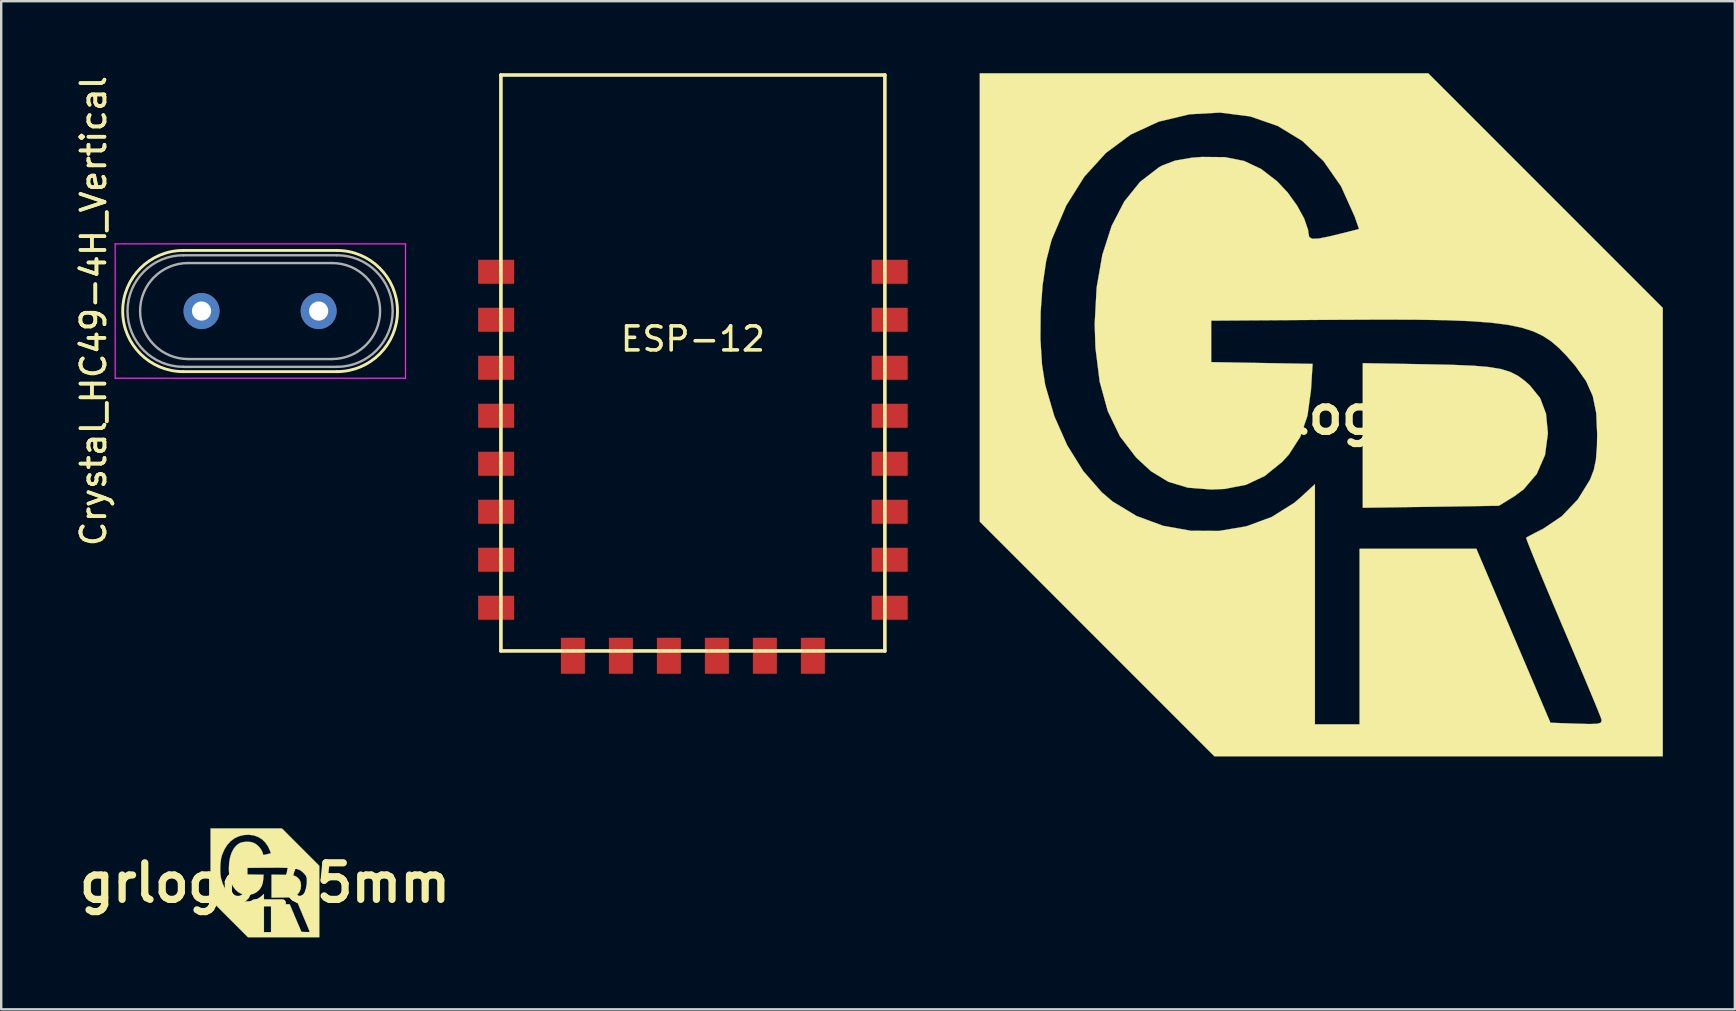
<source format=kicad_pcb>
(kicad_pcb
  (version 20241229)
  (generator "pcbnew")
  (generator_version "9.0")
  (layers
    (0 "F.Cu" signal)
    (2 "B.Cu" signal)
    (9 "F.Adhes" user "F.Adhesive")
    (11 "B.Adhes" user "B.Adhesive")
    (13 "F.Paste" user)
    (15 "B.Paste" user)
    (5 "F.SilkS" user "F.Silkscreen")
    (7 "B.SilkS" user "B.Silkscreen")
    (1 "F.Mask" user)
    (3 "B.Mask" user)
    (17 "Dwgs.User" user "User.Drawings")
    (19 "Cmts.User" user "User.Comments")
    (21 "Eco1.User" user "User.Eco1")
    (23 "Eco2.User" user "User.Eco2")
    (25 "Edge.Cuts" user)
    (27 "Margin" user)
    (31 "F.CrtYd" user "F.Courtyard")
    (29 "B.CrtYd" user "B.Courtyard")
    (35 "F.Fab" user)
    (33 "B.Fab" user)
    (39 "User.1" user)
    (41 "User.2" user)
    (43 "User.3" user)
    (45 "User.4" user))
  (footprint "grlogo_05mm"
    (layer "F.Cu")
    (at 7.99 33.738)
    (property "Reference" "grlogo_05mm" (at 0 0 0) (layer "F.SilkS") (effects (font (size 1.524 1.524) (thickness 0.3))))
    (attr through_hole)
    (fp_poly (pts (xy 0.714 -0.335) (xy 0.882 -0.331) (xy 1.014 -0.325) (xy 1.116 -0.316) (xy 1.194 -0.303) (xy 1.256 -0.283) (xy 1.307 -0.257) (xy 1.353 -0.222) (xy 1.384 -0.195) (xy 1.452 -0.11) (xy 1.491 -0.007) (xy 1.503 0.122) (xy 1.503 0.124) (xy 1.484 0.267) (xy 1.429 0.392) (xy 1.341 0.495) (xy 1.281 0.539) (xy 1.178 0.603) (xy 0.727 0.61) (xy 0.275 0.617) (xy 0.275 -0.342) (xy 0.714 -0.335)) (stroke (width 0.01) (type solid)) (fill yes) (layer "F.SilkS"))
    (fp_poly (pts (xy 2.265 -0.709) (xy 2.265 2.265) (xy -0.709 2.265) (xy -1.487 1.487) (xy -2.265 0.709) (xy -2.265 -0.503) (xy -1.863 -0.503) (xy -1.853 -0.335) (xy -1.831 -0.198) (xy -1.771 0.01) (xy -1.685 0.203) (xy -1.579 0.373) (xy -1.456 0.514) (xy -1.385 0.575) (xy -1.225 0.671) (xy -1.049 0.736) (xy -0.865 0.769) (xy -0.678 0.77) (xy -0.497 0.74) (xy -0.329 0.678) (xy -0.18 0.584) (xy -0.139 0.55) (xy -0.042 0.46) (xy -0.042 2.053) (xy 0.254 2.053) (xy 0.254 0.889) (xy 1.029 0.889) (xy 1.52 2.043) (xy 1.694 2.049) (xy 1.779 2.051) (xy 1.83 2.049) (xy 1.854 2.042) (xy 1.859 2.028) (xy 1.857 2.017) (xy 1.846 1.988) (xy 1.821 1.926) (xy 1.783 1.835) (xy 1.736 1.721) (xy 1.68 1.589) (xy 1.618 1.444) (xy 1.599 1.4) (xy 1.537 1.254) (xy 1.481 1.121) (xy 1.434 1.006) (xy 1.396 0.914) (xy 1.371 0.85) (xy 1.359 0.818) (xy 1.359 0.815) (xy 1.38 0.803) (xy 1.427 0.779) (xy 1.472 0.756) (xy 1.595 0.673) (xy 1.702 0.561) (xy 1.782 0.43) (xy 1.784 0.427) (xy 1.807 0.365) (xy 1.822 0.298) (xy 1.828 0.211) (xy 1.83 0.127) (xy 1.824 -0.011) (xy 1.801 -0.124) (xy 1.756 -0.224) (xy 1.684 -0.325) (xy 1.627 -0.391) (xy 1.577 -0.442) (xy 1.526 -0.486) (xy 1.47 -0.523) (xy 1.405 -0.554) (xy 1.329 -0.578) (xy 1.237 -0.597) (xy 1.125 -0.611) (xy 0.99 -0.621) (xy 0.828 -0.627) (xy 0.635 -0.631) (xy 0.408 -0.631) (xy 0.143 -0.63) (xy 0.106 -0.63) (xy -0.73 -0.624) (xy -0.73 -0.349) (xy -0.058 -0.338) (xy -0.068 -0.163) (xy -0.092 0.006) (xy -0.14 0.146) (xy -0.215 0.264) (xy -0.261 0.313) (xy -0.375 0.406) (xy -0.499 0.464) (xy -0.641 0.492) (xy -0.73 0.495) (xy -0.885 0.483) (xy -1.014 0.445) (xy -1.129 0.374) (xy -1.228 0.284) (xy -1.335 0.143) (xy -1.416 -0.024) (xy -1.47 -0.219) (xy -1.498 -0.445) (xy -1.503 -0.603) (xy -1.49 -0.844) (xy -1.452 -1.061) (xy -1.391 -1.252) (xy -1.307 -1.415) (xy -1.201 -1.546) (xy -1.076 -1.642) (xy -1.052 -1.655) (xy -0.968 -1.686) (xy -0.859 -1.705) (xy -0.791 -1.71) (xy -0.638 -1.709) (xy -0.512 -1.683) (xy -0.399 -1.63) (xy -0.294 -1.549) (xy -0.224 -1.475) (xy -0.161 -1.389) (xy -0.114 -1.302) (xy -0.088 -1.226) (xy -0.085 -1.201) (xy -0.079 -1.178) (xy -0.059 -1.167) (xy -0.016 -1.169) (xy 0.056 -1.184) (xy 0.116 -1.198) (xy 0.251 -1.232) (xy 0.221 -1.316) (xy 0.131 -1.515) (xy 0.015 -1.683) (xy -0.126 -1.817) (xy -0.289 -1.916) (xy -0.471 -1.979) (xy -0.672 -2.004) (xy -0.874 -1.993) (xy -1.079 -1.944) (xy -1.264 -1.859) (xy -1.429 -1.737) (xy -1.571 -1.58) (xy -1.691 -1.389) (xy -1.787 -1.165) (xy -1.791 -1.154) (xy -1.825 -1.02) (xy -1.849 -0.859) (xy -1.861 -0.682) (xy -1.863 -0.503) (xy -2.265 -0.503) (xy -2.265 -2.265) (xy 0.709 -2.265) (xy 2.265 -0.709)) (stroke (width 0.01) (type solid)) (fill yes) (layer "F.SilkS")))
  (footprint "grlogo"
    (layer "F.Cu")
    (at 52.008 14.234)
    (property "Reference" "grlogo" (at 0 0 0) (layer "F.SilkS") (effects (font (size 1.524 1.524) (thickness 0.3))))
    (attr through_hole)
    (fp_poly (pts (xy 4.488 -2.102) (xy 5.541 -2.078) (xy 6.368 -2.042) (xy 7.008 -1.986) (xy 7.502 -1.902) (xy 7.89 -1.78) (xy 8.21 -1.614) (xy 8.504 -1.394) (xy 8.694 -1.223) (xy 9.122 -0.69) (xy 9.364 -0.045) (xy 9.442 0.767) (xy 9.442 0.778) (xy 9.323 1.675) (xy 8.978 2.465) (xy 8.427 3.112) (xy 8.051 3.389) (xy 7.402 3.79) (xy 1.729 3.875) (xy 1.729 -2.151) (xy 4.488 -2.102)) (stroke (width 0.01) (type solid)) (fill yes) (layer "F.SilkS"))
    (fp_poly (pts (xy 9.343 -9.341) (xy 14.229 -4.454) (xy 14.229 14.229) (xy -4.456 14.229) (xy -9.343 9.341) (xy -14.229 4.454) (xy -14.229 -3.16) (xy -11.705 -3.16) (xy -11.639 -2.103) (xy -11.505 -1.242) (xy -11.124 0.063) (xy -10.586 1.274) (xy -9.919 2.345) (xy -9.149 3.228) (xy -8.701 3.61) (xy -7.696 4.219) (xy -6.591 4.626) (xy -5.432 4.833) (xy -4.261 4.84) (xy -3.124 4.648) (xy -2.065 4.258) (xy -1.128 3.67) (xy -0.874 3.453) (xy -0.266 2.892) (xy -0.266 12.899) (xy 1.596 12.899) (xy 1.596 5.585) (xy 6.463 5.585) (xy 9.549 12.833) (xy 10.643 12.872) (xy 11.179 12.886) (xy 11.499 12.875) (xy 11.65 12.83) (xy 11.683 12.741) (xy 11.668 12.672) (xy 11.6 12.493) (xy 11.441 12.102) (xy 11.204 11.532) (xy 10.904 10.815) (xy 10.553 9.985) (xy 10.166 9.073) (xy 10.048 8.796) (xy 9.659 7.879) (xy 9.308 7.044) (xy 9.008 6.323) (xy 8.772 5.744) (xy 8.611 5.339) (xy 8.539 5.138) (xy 8.537 5.121) (xy 8.668 5.047) (xy 8.965 4.892) (xy 9.251 4.747) (xy 10.02 4.229) (xy 10.693 3.523) (xy 11.198 2.704) (xy 11.208 2.682) (xy 11.356 2.295) (xy 11.444 1.871) (xy 11.487 1.325) (xy 11.496 0.798) (xy 11.457 -0.071) (xy 11.314 -0.777) (xy 11.034 -1.405) (xy 10.582 -2.041) (xy 10.223 -2.454) (xy 9.907 -2.779) (xy 9.585 -3.056) (xy 9.234 -3.288) (xy 8.83 -3.478) (xy 8.35 -3.631) (xy 7.771 -3.75) (xy 7.068 -3.839) (xy 6.22 -3.902) (xy 5.203 -3.942) (xy 3.992 -3.962) (xy 2.566 -3.967) (xy 0.9 -3.96) (xy 0.665 -3.959) (xy -4.588 -3.923) (xy -4.588 -2.194) (xy -0.362 -2.121) (xy -0.43 -1.024) (xy -0.576 0.04) (xy -0.877 0.92) (xy -1.352 1.66) (xy -1.637 1.968) (xy -2.357 2.55) (xy -3.133 2.916) (xy -4.027 3.09) (xy -4.588 3.113) (xy -5.557 3.037) (xy -6.37 2.794) (xy -7.096 2.352) (xy -7.714 1.782) (xy -8.39 0.898) (xy -8.895 -0.15) (xy -9.234 -1.377) (xy -9.411 -2.797) (xy -9.442 -3.79) (xy -9.361 -5.3) (xy -9.123 -6.666) (xy -8.737 -7.868) (xy -8.209 -8.889) (xy -7.548 -9.71) (xy -6.761 -10.314) (xy -6.612 -10.395) (xy -6.084 -10.593) (xy -5.398 -10.711) (xy -4.969 -10.744) (xy -4.01 -10.735) (xy -3.214 -10.576) (xy -2.508 -10.243) (xy -1.845 -9.734) (xy -1.406 -9.268) (xy -1.014 -8.725) (xy -0.714 -8.179) (xy -0.55 -7.704) (xy -0.533 -7.547) (xy -0.499 -7.4) (xy -0.369 -7.333) (xy -0.099 -7.345) (xy 0.355 -7.436) (xy 0.727 -7.527) (xy 1.574 -7.74) (xy 1.388 -8.269) (xy 0.824 -9.521) (xy 0.092 -10.572) (xy -0.792 -11.413) (xy -1.815 -12.036) (xy -2.962 -12.433) (xy -4.22 -12.593) (xy -5.49 -12.522) (xy -6.777 -12.215) (xy -7.942 -11.677) (xy -8.975 -10.911) (xy -9.872 -9.926) (xy -10.624 -8.727) (xy -11.225 -7.321) (xy -11.251 -7.248) (xy -11.465 -6.41) (xy -11.614 -5.394) (xy -11.695 -4.284) (xy -11.705 -3.16) (xy -14.229 -3.16) (xy -14.229 -14.229) (xy 4.456 -14.229) (xy 9.343 -9.341)) (stroke (width 0.01) (type solid)) (fill yes) (layer "F.SilkS")))
  (footprint "ESP-12"
    (layer "F.Cu")
    (at 25.823 12.075)
    (property "Reference" "ESP-12" (at 0 -1 180) (layer "F.SilkS") (effects (font (size 1 1) (thickness 0.15))))
    (attr through_hole)
    (fp_line (start -8 -12) (end 8 -12) (stroke (width 0.15) (type solid)) (layer "F.SilkS"))
    (fp_line (start -8 12) (end -8 -12) (stroke (width 0.15) (type solid)) (layer "F.SilkS"))
    (fp_line (start 8 -12) (end 8 12) (stroke (width 0.15) (type solid)) (layer "F.SilkS"))
    (fp_line (start 8 12) (end -8 12) (stroke (width 0.15) (type solid)) (layer "F.SilkS"))
    (pad "1" smd rect (at -8.2 -3.8) (size 1.5 1) (layers "F.Cu" "F.Mask" "F.Paste"))
    (pad "2" smd rect (at -8.2 -1.8) (size 1.5 1) (layers "F.Cu" "F.Mask" "F.Paste"))
    (pad "3" smd rect (at -8.2 0.2) (size 1.5 1) (layers "F.Cu" "F.Mask" "F.Paste"))
    (pad "4" smd rect (at -8.2 2.2) (size 1.5 1) (layers "F.Cu" "F.Mask" "F.Paste"))
    (pad "5" smd rect (at -8.2 4.2) (size 1.5 1) (layers "F.Cu" "F.Mask" "F.Paste"))
    (pad "6" smd rect (at -8.2 6.2) (size 1.5 1) (layers "F.Cu" "F.Mask" "F.Paste"))
    (pad "7" smd rect (at -8.2 8.2) (size 1.5 1) (layers "F.Cu" "F.Mask" "F.Paste"))
    (pad "8" smd rect (at -8.2 10.2) (size 1.5 1) (layers "F.Cu" "F.Mask" "F.Paste"))
    (pad "9" smd rect (at -5 12.2 90) (size 1.5 1) (layers "F.Cu" "F.Mask" "F.Paste"))
    (pad "10" smd rect (at -3 12.2 90) (size 1.5 1) (layers "F.Cu" "F.Mask" "F.Paste"))
    (pad "11" smd rect (at -1 12.2 90) (size 1.5 1) (layers "F.Cu" "F.Mask" "F.Paste"))
    (pad "12" smd rect (at 1 12.2 90) (size 1.5 1) (layers "F.Cu" "F.Mask" "F.Paste"))
    (pad "13" smd rect (at 3 12.2 90) (size 1.5 1) (layers "F.Cu" "F.Mask" "F.Paste"))
    (pad "14" smd rect (at 5 12.2 90) (size 1.5 1) (layers "F.Cu" "F.Mask" "F.Paste"))
    (pad "15" smd rect (at 8.2 10.2) (size 1.5 1) (layers "F.Cu" "F.Mask" "F.Paste"))
    (pad "16" smd rect (at 8.2 8.2) (size 1.5 1) (layers "F.Cu" "F.Mask" "F.Paste"))
    (pad "17" smd rect (at 8.2 6.2) (size 1.5 1) (layers "F.Cu" "F.Mask" "F.Paste"))
    (pad "18" smd rect (at 8.2 4.2) (size 1.5 1) (layers "F.Cu" "F.Mask" "F.Paste"))
    (pad "19" smd rect (at 8.2 2.2) (size 1.5 1) (layers "F.Cu" "F.Mask" "F.Paste"))
    (pad "20" smd rect (at 8.2 0.2) (size 1.5 1) (layers "F.Cu" "F.Mask" "F.Paste"))
    (pad "21" smd rect (at 8.2 -1.8) (size 1.5 1) (layers "F.Cu" "F.Mask" "F.Paste"))
    (pad "22" smd rect (at 8.2 -3.8) (size 1.5 1) (layers "F.Cu" "F.Mask" "F.Paste")))
  (footprint "Crystal_HC49-4H_Vertical"
    (layer "F.Cu")
    (at 5.348 9.911)
    (property "Reference" "Crystal_HC49-4H_Vertical" (at -4.5 0 90) (layer "F.SilkS") (effects (font (size 1 1) (thickness 0.15))))
    (attr through_hole)
    (fp_line (start -0.76 -2.525) (end 5.64 -2.525) (stroke (width 0.12) (type solid)) (layer "F.SilkS"))
    (fp_line (start -0.76 2.525) (end 5.64 2.525) (stroke (width 0.12) (type solid)) (layer "F.SilkS"))
    (fp_arc (start -0.76 2.525) (mid -3.285 0) (end -0.76 -2.525) (stroke (width 0.12) (type solid)) (layer "F.SilkS"))
    (fp_arc (start 5.64 -2.525) (mid 8.165 0) (end 5.64 2.525) (stroke (width 0.12) (type solid)) (layer "F.SilkS"))
    (fp_line (start -3.6 -2.8) (end -3.6 2.8) (stroke (width 0.05) (type solid)) (layer "F.CrtYd"))
    (fp_line (start -3.6 2.8) (end 8.5 2.8) (stroke (width 0.05) (type solid)) (layer "F.CrtYd"))
    (fp_line (start 8.5 -2.8) (end -3.6 -2.8) (stroke (width 0.05) (type solid)) (layer "F.CrtYd"))
    (fp_line (start 8.5 2.8) (end 8.5 -2.8) (stroke (width 0.05) (type solid)) (layer "F.CrtYd"))
    (fp_line (start -0.76 -2.325) (end 5.64 -2.325) (stroke (width 0.1) (type solid)) (layer "F.Fab"))
    (fp_line (start -0.76 2.325) (end 5.64 2.325) (stroke (width 0.1) (type solid)) (layer "F.Fab"))
    (fp_line (start -0.56 -2) (end 5.44 -2) (stroke (width 0.1) (type solid)) (layer "F.Fab"))
    (fp_line (start -0.56 2) (end 5.44 2) (stroke (width 0.1) (type solid)) (layer "F.Fab"))
    (fp_arc (start -0.76 2.325) (mid -3.085 0) (end -0.76 -2.325) (stroke (width 0.1) (type solid)) (layer "F.Fab"))
    (fp_arc (start -0.56 2) (mid -2.56 0) (end -0.56 -2) (stroke (width 0.1) (type solid)) (layer "F.Fab"))
    (fp_arc (start 5.44 -2) (mid 7.44 0) (end 5.44 2) (stroke (width 0.1) (type solid)) (layer "F.Fab"))
    (fp_arc (start 5.64 -2.325) (mid 7.965 0) (end 5.64 2.325) (stroke (width 0.1) (type solid)) (layer "F.Fab"))
    (fp_text user "${REFERENCE}" (at -4.5 0 90) (layer "F.SilkS") (effects (font (size 1 1) (thickness 0.15))))
    (pad "1" thru_hole circle (at 0 0) (size 1.5 1.5) (drill 0.8) (layers "*.Cu" "*.Mask"))
    (pad "2" thru_hole circle (at 4.88 0) (size 1.5 1.5) (drill 0.8) (layers "*.Cu" "*.Mask")))
  (gr_rect
    (start -3 -3)
    (end 69.242 39.008)
    (stroke (width 0.1) (type default))
    (fill no)
    (layer "Edge.Cuts")))
</source>
